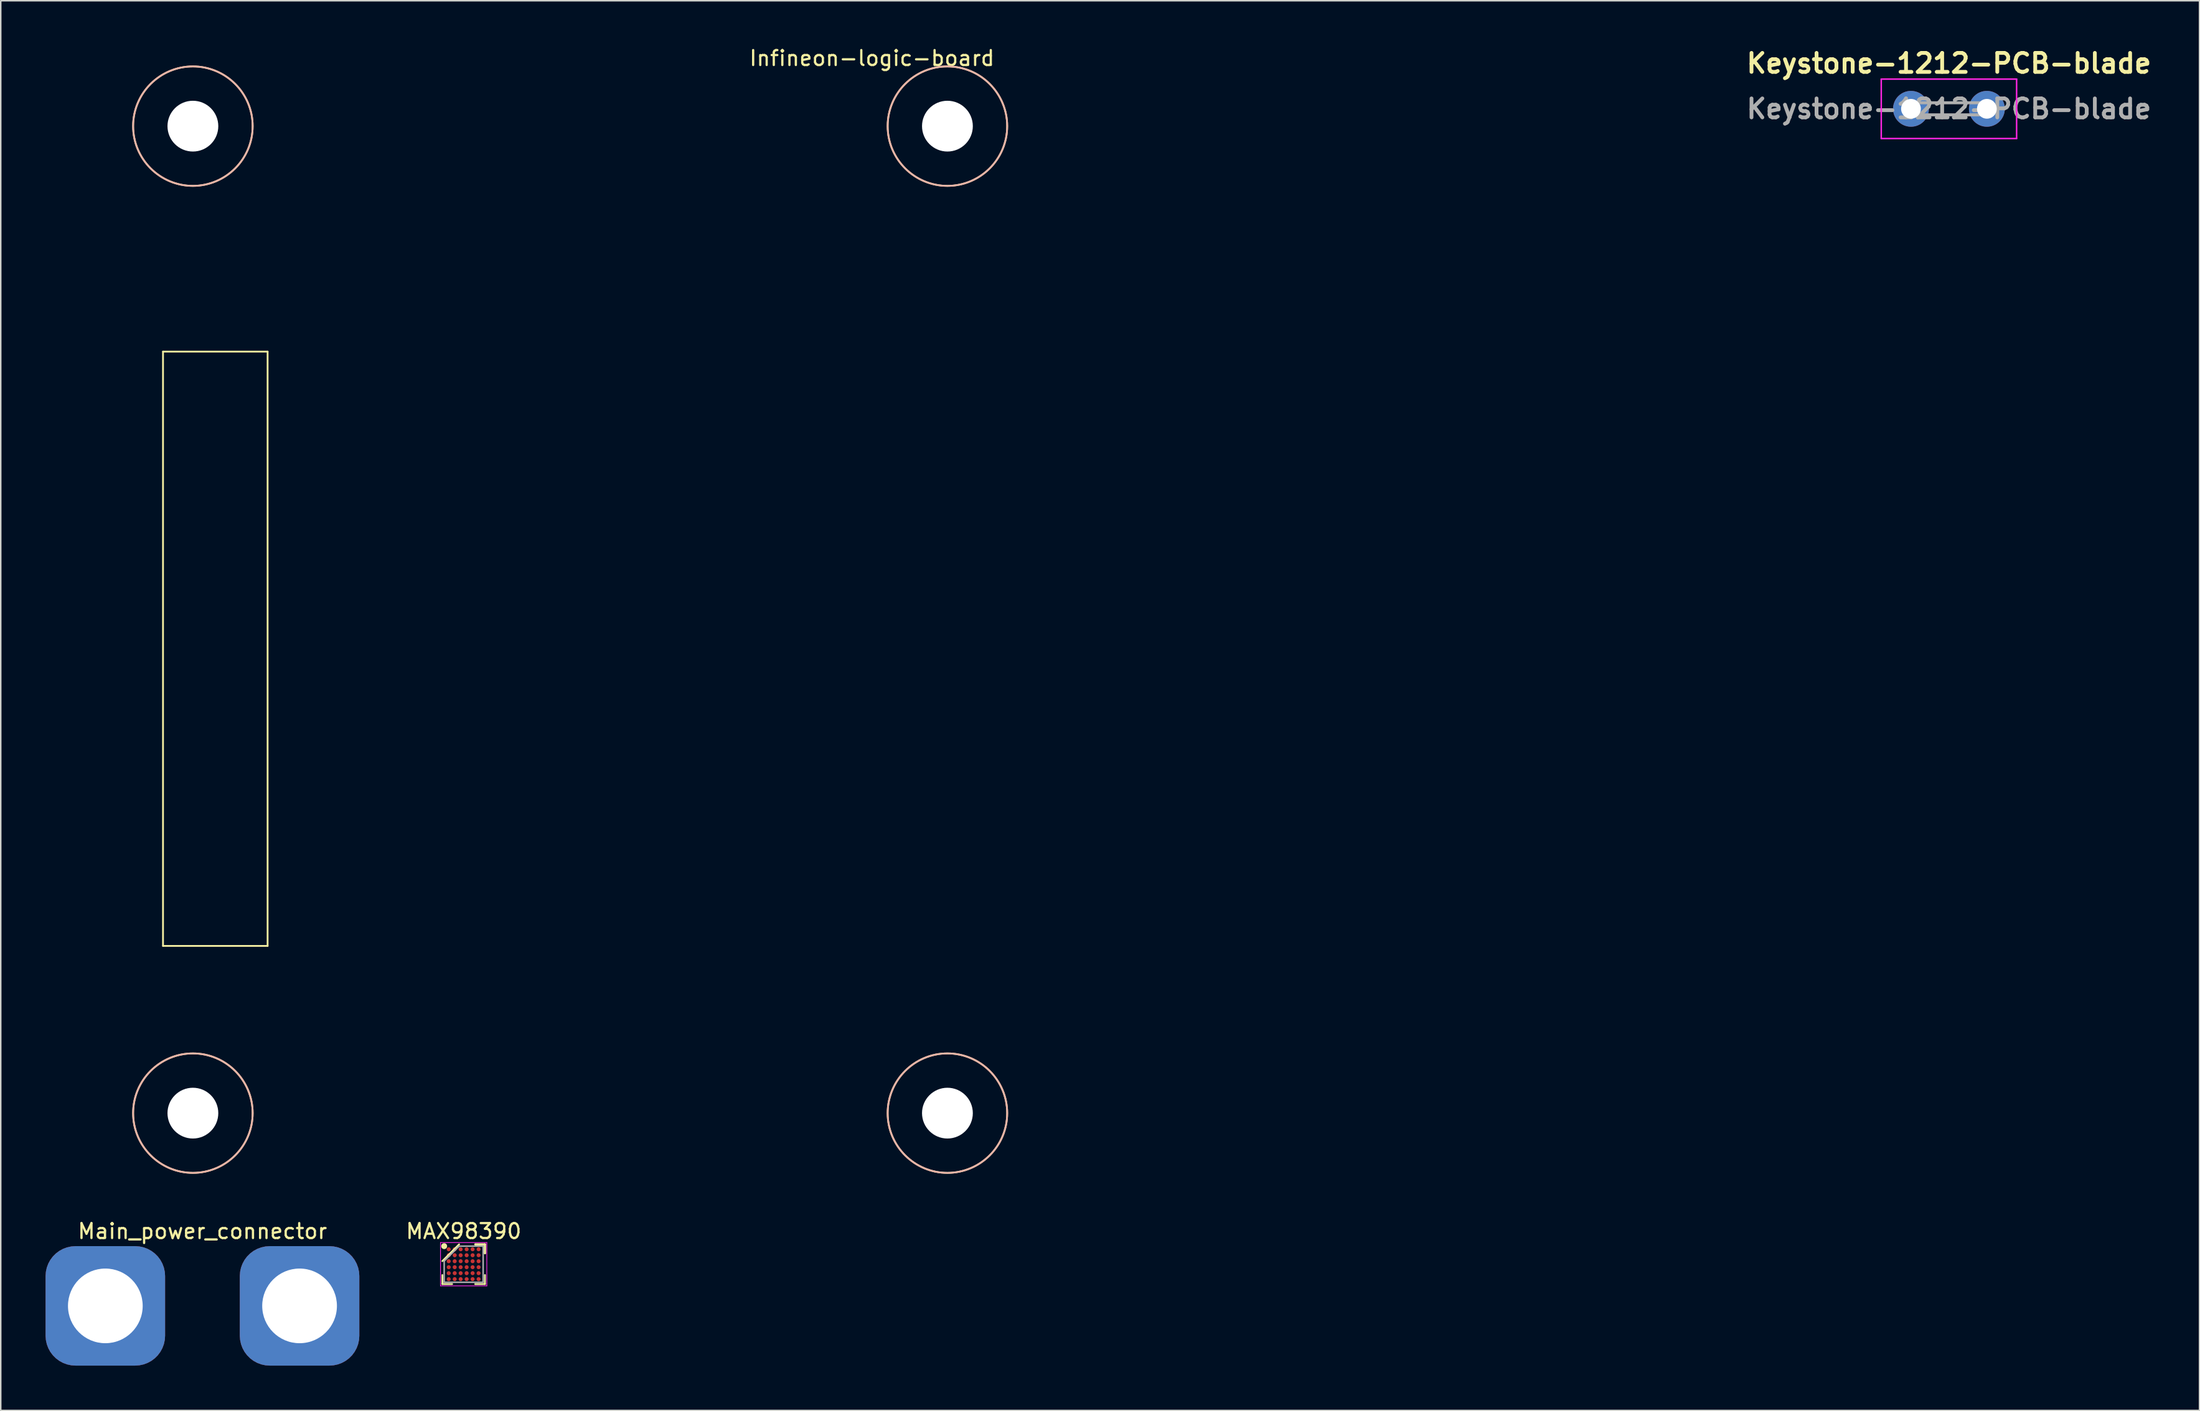
<source format=kicad_pcb>
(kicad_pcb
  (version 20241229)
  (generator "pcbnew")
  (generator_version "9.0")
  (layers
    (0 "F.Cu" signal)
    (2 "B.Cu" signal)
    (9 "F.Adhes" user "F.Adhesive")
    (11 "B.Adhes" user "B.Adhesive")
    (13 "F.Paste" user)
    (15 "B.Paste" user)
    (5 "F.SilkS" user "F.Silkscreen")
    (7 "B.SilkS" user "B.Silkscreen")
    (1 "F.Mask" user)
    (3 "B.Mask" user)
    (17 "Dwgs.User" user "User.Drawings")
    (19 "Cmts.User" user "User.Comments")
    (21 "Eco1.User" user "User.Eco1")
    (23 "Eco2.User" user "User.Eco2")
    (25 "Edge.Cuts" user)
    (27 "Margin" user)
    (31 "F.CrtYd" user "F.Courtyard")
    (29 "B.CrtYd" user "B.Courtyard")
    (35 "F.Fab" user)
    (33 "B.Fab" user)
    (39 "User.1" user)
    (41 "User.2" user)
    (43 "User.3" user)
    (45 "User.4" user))
  (footprint "Main_power_connector"
    (layer "F.Cu")
    (at 10.5 84.406)
    (property "Reference" "Main_power_connector" (at 0 -5 0) (layer "F.SilkS") (effects (font (size 1 1) (thickness 0.15))))
    (attr through_hole)
    (pad "1" thru_hole roundrect (at -6.5 0) (size 8 8) (drill 5) (layers "*.Cu" "*.Mask") (roundrect_rratio 0.25))
    (pad "2" thru_hole roundrect (at 6.5 0) (size 8 8) (drill 5) (layers "*.Cu" "*.Mask") (roundrect_rratio 0.25)))
  (footprint "MAX98390"
    (layer "F.Cu")
    (at 27.982 81.615)
    (property "Reference" "MAX98390" (at 0 -2.209 0) (layer "F.SilkS") (effects (font (size 1 1) (thickness 0.15))))
    (attr smd)
    (fp_line (start -1.424 1.329) (end -1.424 0.725) (stroke (width 0.12) (type solid)) (layer "F.SilkS"))
    (fp_line (start -0.772 1.329) (end -1.424 1.329) (stroke (width 0.12) (type solid)) (layer "F.SilkS"))
    (fp_line (start -0.304 -1.329) (end -1.424 -0.209) (stroke (width 0.12) (type solid)) (layer "F.SilkS"))
    (fp_line (start 0.772 -1.329) (end 1.424 -1.329) (stroke (width 0.12) (type solid)) (layer "F.SilkS"))
    (fp_line (start 0.772 -1.329) (end 1.424 -1.329) (stroke (width 0.12) (type solid)) (layer "F.SilkS"))
    (fp_line (start 0.772 -1.329) (end 1.424 -1.329) (stroke (width 0.12) (type solid)) (layer "F.SilkS"))
    (fp_line (start 0.772 1.329) (end 1.424 1.329) (stroke (width 0.12) (type solid)) (layer "F.SilkS"))
    (fp_line (start 1.424 -1.329) (end 1.424 -0.725) (stroke (width 0.12) (type solid)) (layer "F.SilkS"))
    (fp_line (start 1.424 -1.329) (end 1.424 -0.725) (stroke (width 0.12) (type solid)) (layer "F.SilkS"))
    (fp_line (start 1.424 -1.329) (end 1.424 -0.725) (stroke (width 0.12) (type solid)) (layer "F.SilkS"))
    (fp_line (start 1.424 1.329) (end 1.424 0.725) (stroke (width 0.12) (type solid)) (layer "F.SilkS"))
    (fp_circle (center -1.304 -1.209) (end -1.304 -1.109) (stroke (width 0.2) (type solid)) (fill no) (layer "F.SilkS"))
    (fp_line (start -1.55 -1.45) (end 1.55 -1.45) (stroke (width 0.05) (type solid)) (layer "F.CrtYd"))
    (fp_line (start -1.55 1.45) (end -1.55 -1.45) (stroke (width 0.05) (type solid)) (layer "F.CrtYd"))
    (fp_line (start 1.55 -1.45) (end 1.55 1.45) (stroke (width 0.05) (type solid)) (layer "F.CrtYd"))
    (fp_line (start 1.55 1.45) (end -1.55 1.45) (stroke (width 0.05) (type solid)) (layer "F.CrtYd"))
    (fp_line (start -1.304 -0.209) (end -1.304 1.209) (stroke (width 0.1) (type solid)) (layer "F.Fab"))
    (fp_line (start -1.304 1.209) (end 1.304 1.209) (stroke (width 0.1) (type solid)) (layer "F.Fab"))
    (fp_line (start -0.304 -1.209) (end -1.304 -0.209) (stroke (width 0.1) (type solid)) (layer "F.Fab"))
    (fp_line (start 1.304 -1.209) (end -0.304 -1.209) (stroke (width 0.1) (type solid)) (layer "F.Fab"))
    (fp_line (start 1.304 1.209) (end 1.304 -1.209) (stroke (width 0.1) (type solid)) (layer "F.Fab"))
    (pad "A1" smd circle (at -1 -1) (size 0.27 0.27) (layers "F.Cu" "F.Mask" "F.Paste"))
    (pad "A2" smd circle (at -0.6 -1) (size 0.27 0.27) (layers "F.Cu" "F.Mask" "F.Paste"))
    (pad "A3" smd circle (at -0.2 -1) (size 0.27 0.27) (layers "F.Cu" "F.Mask" "F.Paste"))
    (pad "A4" smd circle (at 0.2 -1) (size 0.27 0.27) (layers "F.Cu" "F.Mask" "F.Paste"))
    (pad "A5" smd circle (at 0.6 -1) (size 0.27 0.27) (layers "F.Cu" "F.Mask" "F.Paste"))
    (pad "A6" smd circle (at 1 -1) (size 0.27 0.27) (layers "F.Cu" "F.Mask" "F.Paste"))
    (pad "B1" smd circle (at -1 -0.6) (size 0.27 0.27) (layers "F.Cu" "F.Mask" "F.Paste"))
    (pad "B2" smd circle (at -0.6 -0.6) (size 0.27 0.27) (layers "F.Cu" "F.Mask" "F.Paste"))
    (pad "B3" smd circle (at -0.2 -0.6) (size 0.27 0.27) (layers "F.Cu" "F.Mask" "F.Paste"))
    (pad "B4" smd circle (at 0.2 -0.6) (size 0.27 0.27) (layers "F.Cu" "F.Mask" "F.Paste"))
    (pad "B5" smd circle (at 0.6 -0.6) (size 0.27 0.27) (layers "F.Cu" "F.Mask" "F.Paste"))
    (pad "B6" smd circle (at 1 -0.6) (size 0.27 0.27) (layers "F.Cu" "F.Mask" "F.Paste"))
    (pad "C1" smd circle (at -1 -0.2) (size 0.27 0.27) (layers "F.Cu" "F.Mask" "F.Paste"))
    (pad "C2" smd circle (at -0.6 -0.2) (size 0.27 0.27) (layers "F.Cu" "F.Mask" "F.Paste"))
    (pad "C3" smd circle (at -0.2 -0.2) (size 0.27 0.27) (layers "F.Cu" "F.Mask" "F.Paste"))
    (pad "C4" smd circle (at 0.2 -0.2) (size 0.27 0.27) (layers "F.Cu" "F.Mask" "F.Paste"))
    (pad "C5" smd circle (at 0.6 -0.2) (size 0.27 0.27) (layers "F.Cu" "F.Mask" "F.Paste"))
    (pad "C6" smd circle (at 1 -0.2) (size 0.27 0.27) (layers "F.Cu" "F.Mask" "F.Paste"))
    (pad "D1" smd circle (at -1 0.2) (size 0.27 0.27) (layers "F.Cu" "F.Mask" "F.Paste"))
    (pad "D2" smd circle (at -0.6 0.2) (size 0.27 0.27) (layers "F.Cu" "F.Mask" "F.Paste"))
    (pad "D3" smd circle (at -0.2 0.2) (size 0.27 0.27) (layers "F.Cu" "F.Mask" "F.Paste"))
    (pad "D4" smd circle (at 0.2 0.2) (size 0.27 0.27) (layers "F.Cu" "F.Mask" "F.Paste"))
    (pad "D5" smd circle (at 0.6 0.2) (size 0.27 0.27) (layers "F.Cu" "F.Mask" "F.Paste"))
    (pad "D6" smd circle (at 1 0.2) (size 0.27 0.27) (layers "F.Cu" "F.Mask" "F.Paste"))
    (pad "E1" smd circle (at -1 0.6) (size 0.27 0.27) (layers "F.Cu" "F.Mask" "F.Paste"))
    (pad "E2" smd circle (at -0.6 0.6) (size 0.27 0.27) (layers "F.Cu" "F.Mask" "F.Paste"))
    (pad "E3" smd circle (at -0.2 0.6) (size 0.27 0.27) (layers "F.Cu" "F.Mask" "F.Paste"))
    (pad "E4" smd circle (at 0.2 0.6) (size 0.27 0.27) (layers "F.Cu" "F.Mask" "F.Paste"))
    (pad "E5" smd circle (at 0.6 0.6) (size 0.27 0.27) (layers "F.Cu" "F.Mask" "F.Paste"))
    (pad "E6" smd circle (at 1 0.6) (size 0.27 0.27) (layers "F.Cu" "F.Mask" "F.Paste"))
    (pad "F1" smd circle (at -1 1) (size 0.27 0.27) (layers "F.Cu" "F.Mask" "F.Paste"))
    (pad "F2" smd circle (at -0.6 1) (size 0.27 0.27) (layers "F.Cu" "F.Mask" "F.Paste"))
    (pad "F3" smd circle (at -0.2 1) (size 0.27 0.27) (layers "F.Cu" "F.Mask" "F.Paste"))
    (pad "F4" smd circle (at 0.2 1) (size 0.27 0.27) (layers "F.Cu" "F.Mask" "F.Paste"))
    (pad "F5" smd circle (at 0.6 1) (size 0.27 0.27) (layers "F.Cu" "F.Mask" "F.Paste"))
    (pad "F6" smd circle (at 1 1) (size 0.27 0.27) (layers "F.Cu" "F.Mask" "F.Paste")))
  (footprint "Keystone-1212-PCB-blade"
    (layer "F.Cu")
    (at 124.85 4.237)
    (property "Reference" "Keystone-1212-PCB-blade" (at 2.54 -3.048 0) (layer "F.SilkS") (effects (font (size 1.27 1.27) (thickness 0.254))))
    (attr through_hole)
    (fp_line (start 1.54 -0.405) (end 3.54 -0.405) (stroke (width 0.1) (type solid)) (layer "F.SilkS"))
    (fp_line (start 1.54 0.405) (end 3.54 0.405) (stroke (width 0.1) (type solid)) (layer "F.SilkS"))
    (fp_line (start -1.99 -1.99) (end 7.07 -1.99) (stroke (width 0.1) (type solid)) (layer "F.CrtYd"))
    (fp_line (start -1.99 1.99) (end -1.99 -1.99) (stroke (width 0.1) (type solid)) (layer "F.CrtYd"))
    (fp_line (start 7.07 -1.99) (end 7.07 1.99) (stroke (width 0.1) (type solid)) (layer "F.CrtYd"))
    (fp_line (start 7.07 1.99) (end -1.99 1.99) (stroke (width 0.1) (type solid)) (layer "F.CrtYd"))
    (fp_line (start 0.165 -0.405) (end 4.915 -0.405) (stroke (width 0.2) (type solid)) (layer "F.Fab"))
    (fp_line (start 0.165 0.405) (end 0.165 -0.405) (stroke (width 0.2) (type solid)) (layer "F.Fab"))
    (fp_line (start 4.915 -0.405) (end 4.915 0.405) (stroke (width 0.2) (type solid)) (layer "F.Fab"))
    (fp_line (start 4.915 0.405) (end 0.165 0.405) (stroke (width 0.2) (type solid)) (layer "F.Fab"))
    (fp_text user "${REFERENCE}" (at 2.54 0 0) (layer "F.Fab") (effects (font (size 1.27 1.27) (thickness 0.254))))
    (pad "1" thru_hole circle (at 0 0) (size 2.4 2.4) (drill 1.32) (layers "*.Cu" "*.Mask"))
    (pad "1" thru_hole circle (at 5.08 0) (size 2.4 2.4) (drill 1.32) (layers "*.Cu" "*.Mask")))
  (footprint "Infineon-logic-board"
    (layer "F.Cu")
    (at 55.31 37.848)
    (property "Reference" "Infineon-logic-board" (at 0 -37 0) (layer "F.SilkS") (effects (font (size 1 1) (thickness 0.15))))
    (attr through_hole)
    (fp_line (start -47.45 -17.35) (end -47.45 22.45) (stroke (width 0.12) (type solid)) (layer "F.SilkS"))
    (fp_line (start -47.45 22.45) (end -40.45 22.45) (stroke (width 0.12) (type solid)) (layer "F.SilkS"))
    (fp_line (start -40.45 -17.35) (end -47.45 -17.35) (stroke (width 0.12) (type solid)) (layer "F.SilkS"))
    (fp_line (start -40.45 22.45) (end -40.45 -17.35) (stroke (width 0.12) (type solid)) (layer "F.SilkS"))
    (fp_circle (center -45.45 -32.45) (end -41.45 -32.45) (stroke (width 0.12) (type solid)) (fill no) (layer "F.SilkS"))
    (fp_circle (center -45.45 33.65) (end -41.45 33.65) (stroke (width 0.12) (type solid)) (fill no) (layer "F.SilkS"))
    (fp_circle (center 5.05 -32.45) (end 9.05 -32.45) (stroke (width 0.12) (type solid)) (fill no) (layer "F.SilkS"))
    (fp_circle (center 5.05 33.65) (end 9.05 33.65) (stroke (width 0.12) (type solid)) (fill no) (layer "F.SilkS"))
    (fp_circle (center -45.45 -32.45) (end -41.45 -32.45) (stroke (width 0.12) (type solid)) (fill no) (layer "B.SilkS"))
    (fp_circle (center -45.45 33.65) (end -41.45 33.65) (stroke (width 0.12) (type solid)) (fill no) (layer "B.SilkS"))
    (fp_circle (center 5.05 -32.45) (end 9.05 -32.45) (stroke (width 0.12) (type solid)) (fill no) (layer "B.SilkS"))
    (fp_circle (center 5.05 33.65) (end 9.05 33.65) (stroke (width 0.12) (type solid)) (fill no) (layer "B.SilkS"))
    (fp_line (start -55.25 -36.2) (end 55.25 -36.2) (stroke (width 0.12) (type solid)) (layer "Eco1.User"))
    (fp_line (start -55.25 36.2) (end -55.25 -36.2) (stroke (width 0.12) (type solid)) (layer "Eco1.User"))
    (fp_line (start 55.25 -36.2) (end 55.25 36.2) (stroke (width 0.12) (type solid)) (layer "Eco1.User"))
    (fp_line (start 55.25 36.2) (end -55.25 36.2) (stroke (width 0.12) (type solid)) (layer "Eco1.User"))
    (pad "" np_thru_hole circle (at -45.45 -32.45) (size 3.4 3.4) (drill 3.4) (layers "*.Cu" "*.Mask"))
    (pad "" np_thru_hole circle (at -45.45 33.65) (size 3.4 3.4) (drill 3.4) (layers "*.Cu" "*.Mask"))
    (pad "" np_thru_hole circle (at 5.05 -32.45) (size 3.4 3.4) (drill 3.4) (layers "*.Cu" "*.Mask"))
    (pad "" np_thru_hole circle (at 5.05 33.65) (size 3.4 3.4) (drill 3.4) (layers "*.Cu" "*.Mask")))
  (gr_rect
    (start -3 -3)
    (end 144.161 91.406)
    (stroke (width 0.1) (type default))
    (fill no)
    (layer "Edge.Cuts")))
</source>
